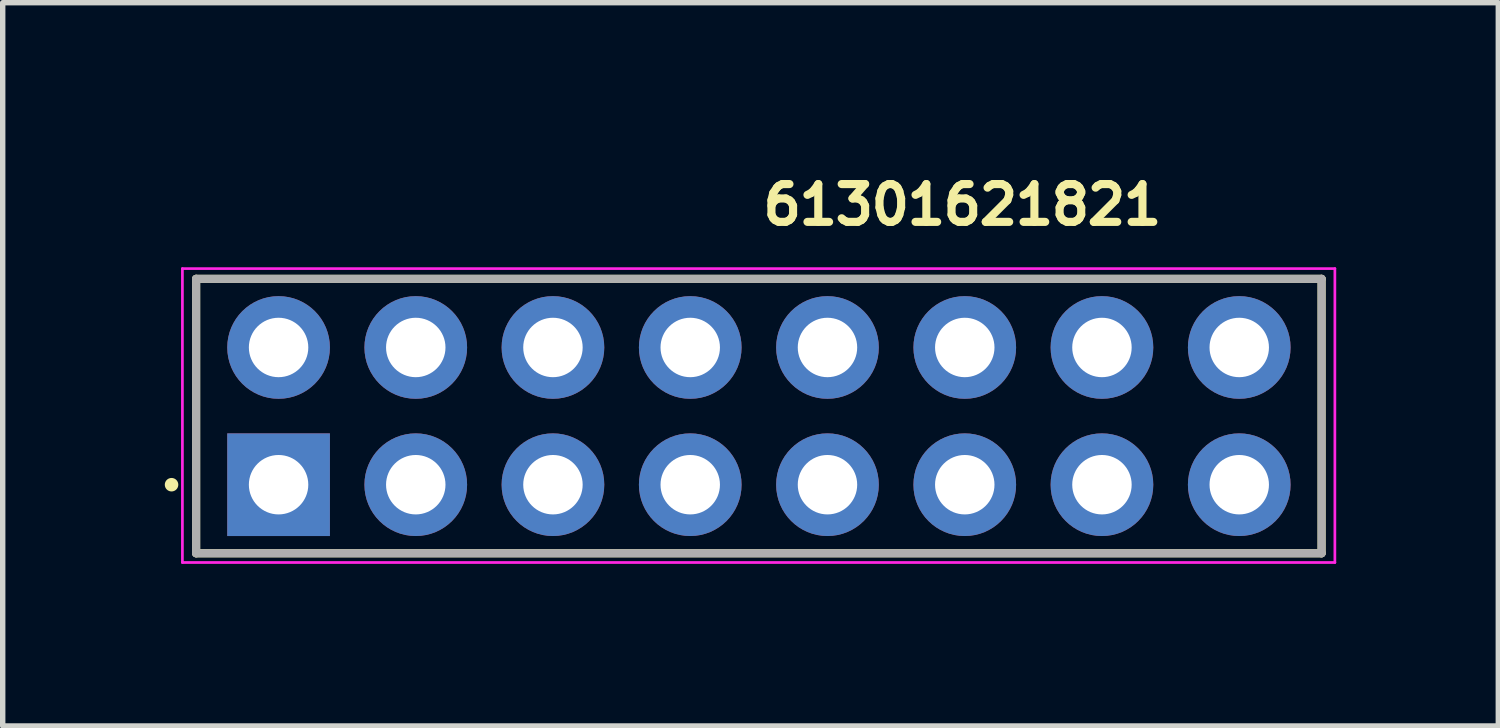
<source format=kicad_pcb>
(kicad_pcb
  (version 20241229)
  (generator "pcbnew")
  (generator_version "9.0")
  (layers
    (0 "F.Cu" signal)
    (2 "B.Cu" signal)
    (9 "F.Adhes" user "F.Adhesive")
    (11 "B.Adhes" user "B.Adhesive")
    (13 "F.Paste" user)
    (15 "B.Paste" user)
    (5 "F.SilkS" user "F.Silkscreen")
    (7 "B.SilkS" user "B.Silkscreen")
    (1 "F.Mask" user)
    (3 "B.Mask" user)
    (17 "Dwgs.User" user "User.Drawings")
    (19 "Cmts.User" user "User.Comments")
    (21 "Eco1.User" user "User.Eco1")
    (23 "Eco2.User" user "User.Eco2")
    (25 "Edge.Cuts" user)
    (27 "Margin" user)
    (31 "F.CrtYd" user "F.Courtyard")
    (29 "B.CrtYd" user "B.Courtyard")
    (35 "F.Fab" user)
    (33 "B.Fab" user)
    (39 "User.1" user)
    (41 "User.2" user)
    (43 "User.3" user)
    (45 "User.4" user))
  (footprint "61301621821"
    (layer "F.Cu")
    (at 2.106 5.921)
    (property "Reference" "61301621821" (at 8.89 -4.771 0) (layer "F.SilkS") (effects (font (size 0.7 0.7) (thickness 0.15)) (justify left bottom)))
    (attr through_hole)
    (fp_line (start -1.526 -3.81) (end -1.526 1.269) (stroke (width 0.15) (type solid)) (layer "F.SilkS"))
    (fp_line (start -1.526 1.269) (end 19.304 1.269) (stroke (width 0.15) (type solid)) (layer "F.SilkS"))
    (fp_line (start 19.304 -3.81) (end -1.526 -3.81) (stroke (width 0.15) (type solid)) (layer "F.SilkS"))
    (fp_line (start 19.304 1.269) (end 19.304 -3.81) (stroke (width 0.15) (type solid)) (layer "F.SilkS"))
    (fp_circle (center -1.981 0) (end -1.931 0) (stroke (width 0.15) (type solid)) (fill yes) (layer "F.SilkS"))
    (fp_line (start -1.78 -4) (end -1.78 1.44) (stroke (width 0.05) (type solid)) (layer "F.CrtYd"))
    (fp_line (start -1.78 1.44) (end 19.55 1.44) (stroke (width 0.05) (type solid)) (layer "F.CrtYd"))
    (fp_line (start 19.55 -4) (end -1.78 -4) (stroke (width 0.05) (type solid)) (layer "F.CrtYd"))
    (fp_line (start 19.55 1.44) (end 19.55 -4) (stroke (width 0.05) (type solid)) (layer "F.CrtYd"))
    (fp_line (start -1.526 -3.81) (end -1.526 1.269) (stroke (width 0.15) (type solid)) (layer "F.Fab"))
    (fp_line (start 19.304 -3.81) (end -1.526 -3.81) (stroke (width 0.15) (type solid)) (layer "F.Fab"))
    (fp_line (start 19.304 1.269) (end -1.526 1.269) (stroke (width 0.15) (type solid)) (layer "F.Fab"))
    (fp_line (start 19.304 1.269) (end 19.304 -3.81) (stroke (width 0.15) (type solid)) (layer "F.Fab"))
    (fp_rect (start -1.52 -3.81) (end 19.3 1.269) (stroke (width 0.1) (type solid)) (fill no) (layer "User.5"))
    (fp_line (start -1.52 -3.81) (end 19.3 -3.81) (stroke (width 0.02) (type solid)) (layer "User.9"))
    (fp_line (start -1.52 1.269) (end -1.52 -3.81) (stroke (width 0.02) (type solid)) (layer "User.9"))
    (fp_line (start -1.52 1.269) (end 19.3 1.269) (stroke (width 0.02) (type solid)) (layer "User.9"))
    (fp_line (start -0.551 -3.09) (end -0.351 -2.891) (stroke (width 0.02) (type solid)) (layer "User.9"))
    (fp_line (start -0.551 -3.09) (end 0.55 -3.09) (stroke (width 0.02) (type solid)) (layer "User.9"))
    (fp_line (start -0.551 -1.99) (end -0.551 -3.09) (stroke (width 0.02) (type solid)) (layer "User.9"))
    (fp_line (start -0.551 -1.99) (end -0.351 -2.19) (stroke (width 0.02) (type solid)) (layer "User.9"))
    (fp_line (start -0.551 -0.552) (end -0.351 -0.351) (stroke (width 0.02) (type solid)) (layer "User.9"))
    (fp_line (start -0.551 -0.552) (end 0.55 -0.552) (stroke (width 0.02) (type solid)) (layer "User.9"))
    (fp_line (start -0.551 0.55) (end -0.551 -0.552) (stroke (width 0.02) (type solid)) (layer "User.9"))
    (fp_line (start -0.551 0.55) (end -0.351 0.35) (stroke (width 0.02) (type solid)) (layer "User.9"))
    (fp_line (start -0.351 -2.891) (end -0.351 -2.19) (stroke (width 0.02) (type solid)) (layer "User.9"))
    (fp_line (start -0.351 -2.742) (end -0.184 -2.742) (stroke (width 0.02) (type solid)) (layer "User.9"))
    (fp_line (start -0.351 -2.34) (end -0.184 -2.34) (stroke (width 0.02) (type solid)) (layer "User.9"))
    (fp_line (start -0.351 -2.19) (end 0.35 -2.19) (stroke (width 0.02) (type solid)) (layer "User.9"))
    (fp_line (start -0.351 -0.351) (end -0.351 0.35) (stroke (width 0.02) (type solid)) (layer "User.9"))
    (fp_line (start -0.351 -0.201) (end -0.184 -0.201) (stroke (width 0.02) (type solid)) (layer "User.9"))
    (fp_line (start -0.351 0.199) (end -0.184 0.199) (stroke (width 0.02) (type solid)) (layer "User.9"))
    (fp_line (start -0.351 0.35) (end 0.35 0.35) (stroke (width 0.02) (type solid)) (layer "User.9"))
    (fp_line (start -0.182 -2.742) (end -0.182 -2.34) (stroke (width 0.02) (type solid)) (layer "User.9"))
    (fp_line (start -0.182 -2.742) (end 0 -2.742) (stroke (width 0.02) (type solid)) (layer "User.9"))
    (fp_line (start -0.182 -2.34) (end 0 -2.34) (stroke (width 0.02) (type solid)) (layer "User.9"))
    (fp_line (start -0.182 -0.201) (end -0.182 0.199) (stroke (width 0.02) (type solid)) (layer "User.9"))
    (fp_line (start -0.182 -0.201) (end 0 -0.201) (stroke (width 0.02) (type solid)) (layer "User.9"))
    (fp_line (start -0.182 0.199) (end 0 0.199) (stroke (width 0.02) (type solid)) (layer "User.9"))
    (fp_line (start 0 -2.742) (end 0 -2.34) (stroke (width 0.02) (type solid)) (layer "User.9"))
    (fp_line (start 0 -2.742) (end 0.18 -2.742) (stroke (width 0.02) (type solid)) (layer "User.9"))
    (fp_line (start 0 -2.34) (end 0.18 -2.34) (stroke (width 0.02) (type solid)) (layer "User.9"))
    (fp_line (start 0 -0.201) (end 0 0.199) (stroke (width 0.02) (type solid)) (layer "User.9"))
    (fp_line (start 0 -0.201) (end 0.18 -0.201) (stroke (width 0.02) (type solid)) (layer "User.9"))
    (fp_line (start 0 0.199) (end 0.18 0.199) (stroke (width 0.02) (type solid)) (layer "User.9"))
    (fp_line (start 0.18 -2.742) (end 0.18 -2.34) (stroke (width 0.02) (type solid)) (layer "User.9"))
    (fp_line (start 0.18 -0.201) (end 0.18 0.199) (stroke (width 0.02) (type solid)) (layer "User.9"))
    (fp_line (start 0.182 -2.742) (end 0.35 -2.742) (stroke (width 0.02) (type solid)) (layer "User.9"))
    (fp_line (start 0.182 -2.34) (end 0.35 -2.34) (stroke (width 0.02) (type solid)) (layer "User.9"))
    (fp_line (start 0.182 -0.201) (end 0.35 -0.201) (stroke (width 0.02) (type solid)) (layer "User.9"))
    (fp_line (start 0.182 0.199) (end 0.35 0.199) (stroke (width 0.02) (type solid)) (layer "User.9"))
    (fp_line (start 0.35 -2.891) (end -0.351 -2.891) (stroke (width 0.02) (type solid)) (layer "User.9"))
    (fp_line (start 0.35 -2.891) (end 0.55 -3.09) (stroke (width 0.02) (type solid)) (layer "User.9"))
    (fp_line (start 0.35 -2.19) (end 0.35 -2.891) (stroke (width 0.02) (type solid)) (layer "User.9"))
    (fp_line (start 0.35 -0.351) (end -0.351 -0.351) (stroke (width 0.02) (type solid)) (layer "User.9"))
    (fp_line (start 0.35 -0.351) (end 0.55 -0.552) (stroke (width 0.02) (type solid)) (layer "User.9"))
    (fp_line (start 0.35 0.35) (end 0.35 -0.351) (stroke (width 0.02) (type solid)) (layer "User.9"))
    (fp_line (start 0.55 -3.09) (end 0.55 -1.99) (stroke (width 0.02) (type solid)) (layer "User.9"))
    (fp_line (start 0.55 -1.99) (end -0.551 -1.99) (stroke (width 0.02) (type solid)) (layer "User.9"))
    (fp_line (start 0.55 -1.99) (end 0.35 -2.19) (stroke (width 0.02) (type solid)) (layer "User.9"))
    (fp_line (start 0.55 -0.552) (end 0.55 0.55) (stroke (width 0.02) (type solid)) (layer "User.9"))
    (fp_line (start 0.55 0.55) (end -0.551 0.55) (stroke (width 0.02) (type solid)) (layer "User.9"))
    (fp_line (start 0.55 0.55) (end 0.35 0.35) (stroke (width 0.02) (type solid)) (layer "User.9"))
    (fp_line (start 1.989 -3.09) (end 2.189 -2.891) (stroke (width 0.02) (type solid)) (layer "User.9"))
    (fp_line (start 1.989 -3.09) (end 3.089 -3.09) (stroke (width 0.02) (type solid)) (layer "User.9"))
    (fp_line (start 1.989 -1.99) (end 1.989 -3.09) (stroke (width 0.02) (type solid)) (layer "User.9"))
    (fp_line (start 1.989 -1.99) (end 2.189 -2.19) (stroke (width 0.02) (type solid)) (layer "User.9"))
    (fp_line (start 1.989 -0.552) (end 2.189 -0.351) (stroke (width 0.02) (type solid)) (layer "User.9"))
    (fp_line (start 1.989 -0.552) (end 3.089 -0.552) (stroke (width 0.02) (type solid)) (layer "User.9"))
    (fp_line (start 1.989 0.55) (end 1.989 -0.552) (stroke (width 0.02) (type solid)) (layer "User.9"))
    (fp_line (start 1.989 0.55) (end 2.189 0.35) (stroke (width 0.02) (type solid)) (layer "User.9"))
    (fp_line (start 2.189 -2.891) (end 2.189 -2.19) (stroke (width 0.02) (type solid)) (layer "User.9"))
    (fp_line (start 2.189 -2.742) (end 2.355 -2.742) (stroke (width 0.02) (type solid)) (layer "User.9"))
    (fp_line (start 2.189 -2.34) (end 2.355 -2.34) (stroke (width 0.02) (type solid)) (layer "User.9"))
    (fp_line (start 2.189 -2.19) (end 2.89 -2.19) (stroke (width 0.02) (type solid)) (layer "User.9"))
    (fp_line (start 2.189 -0.351) (end 2.189 0.35) (stroke (width 0.02) (type solid)) (layer "User.9"))
    (fp_line (start 2.189 -0.201) (end 2.355 -0.201) (stroke (width 0.02) (type solid)) (layer "User.9"))
    (fp_line (start 2.189 0.199) (end 2.355 0.199) (stroke (width 0.02) (type solid)) (layer "User.9"))
    (fp_line (start 2.189 0.35) (end 2.89 0.35) (stroke (width 0.02) (type solid)) (layer "User.9"))
    (fp_line (start 2.358 -2.742) (end 2.358 -2.34) (stroke (width 0.02) (type solid)) (layer "User.9"))
    (fp_line (start 2.358 -2.742) (end 2.539 -2.742) (stroke (width 0.02) (type solid)) (layer "User.9"))
    (fp_line (start 2.358 -2.34) (end 2.539 -2.34) (stroke (width 0.02) (type solid)) (layer "User.9"))
    (fp_line (start 2.358 -0.201) (end 2.358 0.199) (stroke (width 0.02) (type solid)) (layer "User.9"))
    (fp_line (start 2.358 -0.201) (end 2.539 -0.201) (stroke (width 0.02) (type solid)) (layer "User.9"))
    (fp_line (start 2.358 0.199) (end 2.539 0.199) (stroke (width 0.02) (type solid)) (layer "User.9"))
    (fp_line (start 2.539 -2.742) (end 2.539 -2.34) (stroke (width 0.02) (type solid)) (layer "User.9"))
    (fp_line (start 2.539 -2.742) (end 2.721 -2.742) (stroke (width 0.02) (type solid)) (layer "User.9"))
    (fp_line (start 2.539 -2.34) (end 2.721 -2.34) (stroke (width 0.02) (type solid)) (layer "User.9"))
    (fp_line (start 2.539 -0.201) (end 2.539 0.199) (stroke (width 0.02) (type solid)) (layer "User.9"))
    (fp_line (start 2.539 -0.201) (end 2.721 -0.201) (stroke (width 0.02) (type solid)) (layer "User.9"))
    (fp_line (start 2.539 0.199) (end 2.721 0.199) (stroke (width 0.02) (type solid)) (layer "User.9"))
    (fp_line (start 2.721 -2.742) (end 2.721 -2.34) (stroke (width 0.02) (type solid)) (layer "User.9"))
    (fp_line (start 2.721 -0.201) (end 2.721 0.199) (stroke (width 0.02) (type solid)) (layer "User.9"))
    (fp_line (start 2.722 -2.742) (end 2.89 -2.742) (stroke (width 0.02) (type solid)) (layer "User.9"))
    (fp_line (start 2.722 -2.34) (end 2.89 -2.34) (stroke (width 0.02) (type solid)) (layer "User.9"))
    (fp_line (start 2.722 -0.201) (end 2.89 -0.201) (stroke (width 0.02) (type solid)) (layer "User.9"))
    (fp_line (start 2.722 0.199) (end 2.89 0.199) (stroke (width 0.02) (type solid)) (layer "User.9"))
    (fp_line (start 2.89 -2.891) (end 2.189 -2.891) (stroke (width 0.02) (type solid)) (layer "User.9"))
    (fp_line (start 2.89 -2.891) (end 3.089 -3.09) (stroke (width 0.02) (type solid)) (layer "User.9"))
    (fp_line (start 2.89 -2.19) (end 2.89 -2.891) (stroke (width 0.02) (type solid)) (layer "User.9"))
    (fp_line (start 2.89 -0.351) (end 2.189 -0.351) (stroke (width 0.02) (type solid)) (layer "User.9"))
    (fp_line (start 2.89 -0.351) (end 3.089 -0.552) (stroke (width 0.02) (type solid)) (layer "User.9"))
    (fp_line (start 2.89 0.35) (end 2.89 -0.351) (stroke (width 0.02) (type solid)) (layer "User.9"))
    (fp_line (start 3.089 -3.09) (end 3.089 -1.99) (stroke (width 0.02) (type solid)) (layer "User.9"))
    (fp_line (start 3.089 -1.99) (end 1.989 -1.99) (stroke (width 0.02) (type solid)) (layer "User.9"))
    (fp_line (start 3.089 -1.99) (end 2.89 -2.19) (stroke (width 0.02) (type solid)) (layer "User.9"))
    (fp_line (start 3.089 -0.552) (end 3.089 0.55) (stroke (width 0.02) (type solid)) (layer "User.9"))
    (fp_line (start 3.089 0.55) (end 1.989 0.55) (stroke (width 0.02) (type solid)) (layer "User.9"))
    (fp_line (start 3.089 0.55) (end 2.89 0.35) (stroke (width 0.02) (type solid)) (layer "User.9"))
    (fp_line (start 4.53 -3.09) (end 4.73 -2.891) (stroke (width 0.02) (type solid)) (layer "User.9"))
    (fp_line (start 4.53 -3.09) (end 5.629 -3.09) (stroke (width 0.02) (type solid)) (layer "User.9"))
    (fp_line (start 4.53 -1.99) (end 4.53 -3.09) (stroke (width 0.02) (type solid)) (layer "User.9"))
    (fp_line (start 4.53 -1.99) (end 4.73 -2.19) (stroke (width 0.02) (type solid)) (layer "User.9"))
    (fp_line (start 4.53 -0.552) (end 4.73 -0.351) (stroke (width 0.02) (type solid)) (layer "User.9"))
    (fp_line (start 4.53 -0.552) (end 5.629 -0.552) (stroke (width 0.02) (type solid)) (layer "User.9"))
    (fp_line (start 4.53 0.55) (end 4.53 -0.552) (stroke (width 0.02) (type solid)) (layer "User.9"))
    (fp_line (start 4.53 0.55) (end 4.73 0.35) (stroke (width 0.02) (type solid)) (layer "User.9"))
    (fp_line (start 4.73 -2.891) (end 4.73 -2.19) (stroke (width 0.02) (type solid)) (layer "User.9"))
    (fp_line (start 4.73 -2.742) (end 4.895 -2.742) (stroke (width 0.02) (type solid)) (layer "User.9"))
    (fp_line (start 4.73 -2.34) (end 4.895 -2.34) (stroke (width 0.02) (type solid)) (layer "User.9"))
    (fp_line (start 4.73 -2.19) (end 5.429 -2.19) (stroke (width 0.02) (type solid)) (layer "User.9"))
    (fp_line (start 4.73 -0.351) (end 4.73 0.35) (stroke (width 0.02) (type solid)) (layer "User.9"))
    (fp_line (start 4.73 -0.201) (end 4.895 -0.201) (stroke (width 0.02) (type solid)) (layer "User.9"))
    (fp_line (start 4.73 0.199) (end 4.895 0.199) (stroke (width 0.02) (type solid)) (layer "User.9"))
    (fp_line (start 4.73 0.35) (end 5.429 0.35) (stroke (width 0.02) (type solid)) (layer "User.9"))
    (fp_line (start 4.897 -2.742) (end 4.897 -2.34) (stroke (width 0.02) (type solid)) (layer "User.9"))
    (fp_line (start 4.897 -2.742) (end 5.078 -2.742) (stroke (width 0.02) (type solid)) (layer "User.9"))
    (fp_line (start 4.897 -2.34) (end 5.078 -2.34) (stroke (width 0.02) (type solid)) (layer "User.9"))
    (fp_line (start 4.897 -0.201) (end 4.897 0.199) (stroke (width 0.02) (type solid)) (layer "User.9"))
    (fp_line (start 4.897 -0.201) (end 5.078 -0.201) (stroke (width 0.02) (type solid)) (layer "User.9"))
    (fp_line (start 4.897 0.199) (end 5.078 0.199) (stroke (width 0.02) (type solid)) (layer "User.9"))
    (fp_line (start 5.078 -2.742) (end 5.078 -2.34) (stroke (width 0.02) (type solid)) (layer "User.9"))
    (fp_line (start 5.078 -2.742) (end 5.261 -2.742) (stroke (width 0.02) (type solid)) (layer "User.9"))
    (fp_line (start 5.078 -2.34) (end 5.261 -2.34) (stroke (width 0.02) (type solid)) (layer "User.9"))
    (fp_line (start 5.078 -0.201) (end 5.078 0.199) (stroke (width 0.02) (type solid)) (layer "User.9"))
    (fp_line (start 5.078 -0.201) (end 5.261 -0.201) (stroke (width 0.02) (type solid)) (layer "User.9"))
    (fp_line (start 5.078 0.199) (end 5.261 0.199) (stroke (width 0.02) (type solid)) (layer "User.9"))
    (fp_line (start 5.261 -2.742) (end 5.261 -2.34) (stroke (width 0.02) (type solid)) (layer "User.9"))
    (fp_line (start 5.261 -0.201) (end 5.261 0.199) (stroke (width 0.02) (type solid)) (layer "User.9"))
    (fp_line (start 5.262 -2.742) (end 5.429 -2.742) (stroke (width 0.02) (type solid)) (layer "User.9"))
    (fp_line (start 5.262 -2.34) (end 5.429 -2.34) (stroke (width 0.02) (type solid)) (layer "User.9"))
    (fp_line (start 5.262 -0.201) (end 5.429 -0.201) (stroke (width 0.02) (type solid)) (layer "User.9"))
    (fp_line (start 5.262 0.199) (end 5.429 0.199) (stroke (width 0.02) (type solid)) (layer "User.9"))
    (fp_line (start 5.429 -2.891) (end 4.73 -2.891) (stroke (width 0.02) (type solid)) (layer "User.9"))
    (fp_line (start 5.429 -2.891) (end 5.629 -3.09) (stroke (width 0.02) (type solid)) (layer "User.9"))
    (fp_line (start 5.429 -2.19) (end 5.429 -2.891) (stroke (width 0.02) (type solid)) (layer "User.9"))
    (fp_line (start 5.429 -0.351) (end 4.73 -0.351) (stroke (width 0.02) (type solid)) (layer "User.9"))
    (fp_line (start 5.429 -0.351) (end 5.629 -0.552) (stroke (width 0.02) (type solid)) (layer "User.9"))
    (fp_line (start 5.429 0.35) (end 5.429 -0.351) (stroke (width 0.02) (type solid)) (layer "User.9"))
    (fp_line (start 5.629 -3.09) (end 5.629 -1.99) (stroke (width 0.02) (type solid)) (layer "User.9"))
    (fp_line (start 5.629 -1.99) (end 4.53 -1.99) (stroke (width 0.02) (type solid)) (layer "User.9"))
    (fp_line (start 5.629 -1.99) (end 5.429 -2.19) (stroke (width 0.02) (type solid)) (layer "User.9"))
    (fp_line (start 5.629 -0.552) (end 5.629 0.55) (stroke (width 0.02) (type solid)) (layer "User.9"))
    (fp_line (start 5.629 0.55) (end 4.53 0.55) (stroke (width 0.02) (type solid)) (layer "User.9"))
    (fp_line (start 5.629 0.55) (end 5.429 0.35) (stroke (width 0.02) (type solid)) (layer "User.9"))
    (fp_line (start 7.07 -3.09) (end 7.27 -2.891) (stroke (width 0.02) (type solid)) (layer "User.9"))
    (fp_line (start 7.07 -3.09) (end 8.169 -3.09) (stroke (width 0.02) (type solid)) (layer "User.9"))
    (fp_line (start 7.07 -1.99) (end 7.07 -3.09) (stroke (width 0.02) (type solid)) (layer "User.9"))
    (fp_line (start 7.07 -1.99) (end 7.27 -2.19) (stroke (width 0.02) (type solid)) (layer "User.9"))
    (fp_line (start 7.07 -0.552) (end 7.27 -0.351) (stroke (width 0.02) (type solid)) (layer "User.9"))
    (fp_line (start 7.07 -0.552) (end 8.169 -0.552) (stroke (width 0.02) (type solid)) (layer "User.9"))
    (fp_line (start 7.07 0.55) (end 7.07 -0.552) (stroke (width 0.02) (type solid)) (layer "User.9"))
    (fp_line (start 7.07 0.55) (end 7.27 0.35) (stroke (width 0.02) (type solid)) (layer "User.9"))
    (fp_line (start 7.27 -2.891) (end 7.27 -2.19) (stroke (width 0.02) (type solid)) (layer "User.9"))
    (fp_line (start 7.27 -2.742) (end 7.435 -2.742) (stroke (width 0.02) (type solid)) (layer "User.9"))
    (fp_line (start 7.27 -2.34) (end 7.435 -2.34) (stroke (width 0.02) (type solid)) (layer "User.9"))
    (fp_line (start 7.27 -2.19) (end 7.969 -2.19) (stroke (width 0.02) (type solid)) (layer "User.9"))
    (fp_line (start 7.27 -0.351) (end 7.27 0.35) (stroke (width 0.02) (type solid)) (layer "User.9"))
    (fp_line (start 7.27 -0.201) (end 7.435 -0.201) (stroke (width 0.02) (type solid)) (layer "User.9"))
    (fp_line (start 7.27 0.199) (end 7.435 0.199) (stroke (width 0.02) (type solid)) (layer "User.9"))
    (fp_line (start 7.27 0.35) (end 7.969 0.35) (stroke (width 0.02) (type solid)) (layer "User.9"))
    (fp_line (start 7.437 -2.742) (end 7.437 -2.34) (stroke (width 0.02) (type solid)) (layer "User.9"))
    (fp_line (start 7.437 -2.742) (end 7.619 -2.742) (stroke (width 0.02) (type solid)) (layer "User.9"))
    (fp_line (start 7.437 -2.34) (end 7.619 -2.34) (stroke (width 0.02) (type solid)) (layer "User.9"))
    (fp_line (start 7.437 -0.201) (end 7.437 0.199) (stroke (width 0.02) (type solid)) (layer "User.9"))
    (fp_line (start 7.437 -0.201) (end 7.619 -0.201) (stroke (width 0.02) (type solid)) (layer "User.9"))
    (fp_line (start 7.437 0.199) (end 7.619 0.199) (stroke (width 0.02) (type solid)) (layer "User.9"))
    (fp_line (start 7.619 -2.742) (end 7.619 -2.34) (stroke (width 0.02) (type solid)) (layer "User.9"))
    (fp_line (start 7.619 -2.742) (end 7.8 -2.742) (stroke (width 0.02) (type solid)) (layer "User.9"))
    (fp_line (start 7.619 -2.34) (end 7.8 -2.34) (stroke (width 0.02) (type solid)) (layer "User.9"))
    (fp_line (start 7.619 -0.201) (end 7.619 0.199) (stroke (width 0.02) (type solid)) (layer "User.9"))
    (fp_line (start 7.619 -0.201) (end 7.8 -0.201) (stroke (width 0.02) (type solid)) (layer "User.9"))
    (fp_line (start 7.619 0.199) (end 7.8 0.199) (stroke (width 0.02) (type solid)) (layer "User.9"))
    (fp_line (start 7.8 -2.742) (end 7.8 -2.34) (stroke (width 0.02) (type solid)) (layer "User.9"))
    (fp_line (start 7.8 -0.201) (end 7.8 0.199) (stroke (width 0.02) (type solid)) (layer "User.9"))
    (fp_line (start 7.802 -2.742) (end 7.969 -2.742) (stroke (width 0.02) (type solid)) (layer "User.9"))
    (fp_line (start 7.802 -2.34) (end 7.969 -2.34) (stroke (width 0.02) (type solid)) (layer "User.9"))
    (fp_line (start 7.802 -0.201) (end 7.969 -0.201) (stroke (width 0.02) (type solid)) (layer "User.9"))
    (fp_line (start 7.802 0.199) (end 7.969 0.199) (stroke (width 0.02) (type solid)) (layer "User.9"))
    (fp_line (start 7.969 -2.891) (end 7.27 -2.891) (stroke (width 0.02) (type solid)) (layer "User.9"))
    (fp_line (start 7.969 -2.891) (end 8.169 -3.09) (stroke (width 0.02) (type solid)) (layer "User.9"))
    (fp_line (start 7.969 -2.19) (end 7.969 -2.891) (stroke (width 0.02) (type solid)) (layer "User.9"))
    (fp_line (start 7.969 -0.351) (end 7.27 -0.351) (stroke (width 0.02) (type solid)) (layer "User.9"))
    (fp_line (start 7.969 -0.351) (end 8.169 -0.552) (stroke (width 0.02) (type solid)) (layer "User.9"))
    (fp_line (start 7.969 0.35) (end 7.969 -0.351) (stroke (width 0.02) (type solid)) (layer "User.9"))
    (fp_line (start 8.169 -3.09) (end 8.169 -1.99) (stroke (width 0.02) (type solid)) (layer "User.9"))
    (fp_line (start 8.169 -1.99) (end 7.07 -1.99) (stroke (width 0.02) (type solid)) (layer "User.9"))
    (fp_line (start 8.169 -1.99) (end 7.969 -2.19) (stroke (width 0.02) (type solid)) (layer "User.9"))
    (fp_line (start 8.169 -0.552) (end 8.169 0.55) (stroke (width 0.02) (type solid)) (layer "User.9"))
    (fp_line (start 8.169 0.55) (end 7.07 0.55) (stroke (width 0.02) (type solid)) (layer "User.9"))
    (fp_line (start 8.169 0.55) (end 7.969 0.35) (stroke (width 0.02) (type solid)) (layer "User.9"))
    (fp_line (start 9.609 -3.09) (end 9.81 -2.891) (stroke (width 0.02) (type solid)) (layer "User.9"))
    (fp_line (start 9.609 -3.09) (end 10.71 -3.09) (stroke (width 0.02) (type solid)) (layer "User.9"))
    (fp_line (start 9.609 -1.99) (end 9.609 -3.09) (stroke (width 0.02) (type solid)) (layer "User.9"))
    (fp_line (start 9.609 -1.99) (end 9.81 -2.19) (stroke (width 0.02) (type solid)) (layer "User.9"))
    (fp_line (start 9.609 -0.552) (end 9.81 -0.351) (stroke (width 0.02) (type solid)) (layer "User.9"))
    (fp_line (start 9.609 -0.552) (end 10.71 -0.552) (stroke (width 0.02) (type solid)) (layer "User.9"))
    (fp_line (start 9.609 0.55) (end 9.609 -0.552) (stroke (width 0.02) (type solid)) (layer "User.9"))
    (fp_line (start 9.609 0.55) (end 9.81 0.35) (stroke (width 0.02) (type solid)) (layer "User.9"))
    (fp_line (start 9.81 -2.891) (end 9.81 -2.19) (stroke (width 0.02) (type solid)) (layer "User.9"))
    (fp_line (start 9.81 -2.742) (end 9.976 -2.742) (stroke (width 0.02) (type solid)) (layer "User.9"))
    (fp_line (start 9.81 -2.34) (end 9.976 -2.34) (stroke (width 0.02) (type solid)) (layer "User.9"))
    (fp_line (start 9.81 -2.19) (end 10.509 -2.19) (stroke (width 0.02) (type solid)) (layer "User.9"))
    (fp_line (start 9.81 -0.351) (end 9.81 0.35) (stroke (width 0.02) (type solid)) (layer "User.9"))
    (fp_line (start 9.81 -0.201) (end 9.976 -0.201) (stroke (width 0.02) (type solid)) (layer "User.9"))
    (fp_line (start 9.81 0.199) (end 9.976 0.199) (stroke (width 0.02) (type solid)) (layer "User.9"))
    (fp_line (start 9.81 0.35) (end 10.509 0.35) (stroke (width 0.02) (type solid)) (layer "User.9"))
    (fp_line (start 9.977 -2.742) (end 9.977 -2.34) (stroke (width 0.02) (type solid)) (layer "User.9"))
    (fp_line (start 9.977 -2.742) (end 10.159 -2.742) (stroke (width 0.02) (type solid)) (layer "User.9"))
    (fp_line (start 9.977 -2.34) (end 10.159 -2.34) (stroke (width 0.02) (type solid)) (layer "User.9"))
    (fp_line (start 9.977 -0.201) (end 9.977 0.199) (stroke (width 0.02) (type solid)) (layer "User.9"))
    (fp_line (start 9.977 -0.201) (end 10.159 -0.201) (stroke (width 0.02) (type solid)) (layer "User.9"))
    (fp_line (start 9.977 0.199) (end 10.159 0.199) (stroke (width 0.02) (type solid)) (layer "User.9"))
    (fp_line (start 10.159 -2.742) (end 10.159 -2.34) (stroke (width 0.02) (type solid)) (layer "User.9"))
    (fp_line (start 10.159 -2.742) (end 10.341 -2.742) (stroke (width 0.02) (type solid)) (layer "User.9"))
    (fp_line (start 10.159 -2.34) (end 10.341 -2.34) (stroke (width 0.02) (type solid)) (layer "User.9"))
    (fp_line (start 10.159 -0.201) (end 10.159 0.199) (stroke (width 0.02) (type solid)) (layer "User.9"))
    (fp_line (start 10.159 -0.201) (end 10.341 -0.201) (stroke (width 0.02) (type solid)) (layer "User.9"))
    (fp_line (start 10.159 0.199) (end 10.341 0.199) (stroke (width 0.02) (type solid)) (layer "User.9"))
    (fp_line (start 10.341 -2.742) (end 10.341 -2.34) (stroke (width 0.02) (type solid)) (layer "User.9"))
    (fp_line (start 10.341 -0.201) (end 10.341 0.199) (stroke (width 0.02) (type solid)) (layer "User.9"))
    (fp_line (start 10.342 -2.742) (end 10.509 -2.742) (stroke (width 0.02) (type solid)) (layer "User.9"))
    (fp_line (start 10.342 -2.34) (end 10.509 -2.34) (stroke (width 0.02) (type solid)) (layer "User.9"))
    (fp_line (start 10.342 -0.201) (end 10.509 -0.201) (stroke (width 0.02) (type solid)) (layer "User.9"))
    (fp_line (start 10.342 0.199) (end 10.509 0.199) (stroke (width 0.02) (type solid)) (layer "User.9"))
    (fp_line (start 10.509 -2.891) (end 9.81 -2.891) (stroke (width 0.02) (type solid)) (layer "User.9"))
    (fp_line (start 10.509 -2.891) (end 10.71 -3.09) (stroke (width 0.02) (type solid)) (layer "User.9"))
    (fp_line (start 10.509 -2.19) (end 10.509 -2.891) (stroke (width 0.02) (type solid)) (layer "User.9"))
    (fp_line (start 10.509 -0.351) (end 9.81 -0.351) (stroke (width 0.02) (type solid)) (layer "User.9"))
    (fp_line (start 10.509 -0.351) (end 10.71 -0.552) (stroke (width 0.02) (type solid)) (layer "User.9"))
    (fp_line (start 10.509 0.35) (end 10.509 -0.351) (stroke (width 0.02) (type solid)) (layer "User.9"))
    (fp_line (start 10.71 -3.09) (end 10.71 -1.99) (stroke (width 0.02) (type solid)) (layer "User.9"))
    (fp_line (start 10.71 -1.99) (end 9.609 -1.99) (stroke (width 0.02) (type solid)) (layer "User.9"))
    (fp_line (start 10.71 -1.99) (end 10.509 -2.19) (stroke (width 0.02) (type solid)) (layer "User.9"))
    (fp_line (start 10.71 -0.552) (end 10.71 0.55) (stroke (width 0.02) (type solid)) (layer "User.9"))
    (fp_line (start 10.71 0.55) (end 9.609 0.55) (stroke (width 0.02) (type solid)) (layer "User.9"))
    (fp_line (start 10.71 0.55) (end 10.509 0.35) (stroke (width 0.02) (type solid)) (layer "User.9"))
    (fp_line (start 12.15 -3.09) (end 12.349 -2.891) (stroke (width 0.02) (type solid)) (layer "User.9"))
    (fp_line (start 12.15 -3.09) (end 13.249 -3.09) (stroke (width 0.02) (type solid)) (layer "User.9"))
    (fp_line (start 12.15 -1.99) (end 12.15 -3.09) (stroke (width 0.02) (type solid)) (layer "User.9"))
    (fp_line (start 12.15 -1.99) (end 12.349 -2.19) (stroke (width 0.02) (type solid)) (layer "User.9"))
    (fp_line (start 12.15 -0.552) (end 12.349 -0.351) (stroke (width 0.02) (type solid)) (layer "User.9"))
    (fp_line (start 12.15 -0.552) (end 13.249 -0.552) (stroke (width 0.02) (type solid)) (layer "User.9"))
    (fp_line (start 12.15 0.55) (end 12.15 -0.552) (stroke (width 0.02) (type solid)) (layer "User.9"))
    (fp_line (start 12.15 0.55) (end 12.349 0.35) (stroke (width 0.02) (type solid)) (layer "User.9"))
    (fp_line (start 12.349 -2.891) (end 12.349 -2.19) (stroke (width 0.02) (type solid)) (layer "User.9"))
    (fp_line (start 12.349 -2.742) (end 12.515 -2.742) (stroke (width 0.02) (type solid)) (layer "User.9"))
    (fp_line (start 12.349 -2.34) (end 12.515 -2.34) (stroke (width 0.02) (type solid)) (layer "User.9"))
    (fp_line (start 12.349 -2.19) (end 13.05 -2.19) (stroke (width 0.02) (type solid)) (layer "User.9"))
    (fp_line (start 12.349 -0.351) (end 12.349 0.35) (stroke (width 0.02) (type solid)) (layer "User.9"))
    (fp_line (start 12.349 -0.201) (end 12.515 -0.201) (stroke (width 0.02) (type solid)) (layer "User.9"))
    (fp_line (start 12.349 0.199) (end 12.515 0.199) (stroke (width 0.02) (type solid)) (layer "User.9"))
    (fp_line (start 12.349 0.35) (end 13.05 0.35) (stroke (width 0.02) (type solid)) (layer "User.9"))
    (fp_line (start 12.518 -2.742) (end 12.518 -2.34) (stroke (width 0.02) (type solid)) (layer "User.9"))
    (fp_line (start 12.518 -2.742) (end 12.7 -2.742) (stroke (width 0.02) (type solid)) (layer "User.9"))
    (fp_line (start 12.518 -2.34) (end 12.7 -2.34) (stroke (width 0.02) (type solid)) (layer "User.9"))
    (fp_line (start 12.518 -0.201) (end 12.518 0.199) (stroke (width 0.02) (type solid)) (layer "User.9"))
    (fp_line (start 12.518 -0.201) (end 12.7 -0.201) (stroke (width 0.02) (type solid)) (layer "User.9"))
    (fp_line (start 12.518 0.199) (end 12.7 0.199) (stroke (width 0.02) (type solid)) (layer "User.9"))
    (fp_line (start 12.7 -2.742) (end 12.7 -2.34) (stroke (width 0.02) (type solid)) (layer "User.9"))
    (fp_line (start 12.7 -2.742) (end 12.88 -2.742) (stroke (width 0.02) (type solid)) (layer "User.9"))
    (fp_line (start 12.7 -2.34) (end 12.88 -2.34) (stroke (width 0.02) (type solid)) (layer "User.9"))
    (fp_line (start 12.7 -0.201) (end 12.7 0.199) (stroke (width 0.02) (type solid)) (layer "User.9"))
    (fp_line (start 12.7 -0.201) (end 12.88 -0.201) (stroke (width 0.02) (type solid)) (layer "User.9"))
    (fp_line (start 12.7 0.199) (end 12.88 0.199) (stroke (width 0.02) (type solid)) (layer "User.9"))
    (fp_line (start 12.88 -2.742) (end 12.88 -2.34) (stroke (width 0.02) (type solid)) (layer "User.9"))
    (fp_line (start 12.88 -0.201) (end 12.88 0.199) (stroke (width 0.02) (type solid)) (layer "User.9"))
    (fp_line (start 12.883 -2.742) (end 13.05 -2.742) (stroke (width 0.02) (type solid)) (layer "User.9"))
    (fp_line (start 12.883 -2.34) (end 13.05 -2.34) (stroke (width 0.02) (type solid)) (layer "User.9"))
    (fp_line (start 12.883 -0.201) (end 13.05 -0.201) (stroke (width 0.02) (type solid)) (layer "User.9"))
    (fp_line (start 12.883 0.199) (end 13.05 0.199) (stroke (width 0.02) (type solid)) (layer "User.9"))
    (fp_line (start 13.05 -2.891) (end 12.349 -2.891) (stroke (width 0.02) (type solid)) (layer "User.9"))
    (fp_line (start 13.05 -2.891) (end 13.249 -3.09) (stroke (width 0.02) (type solid)) (layer "User.9"))
    (fp_line (start 13.05 -2.19) (end 13.05 -2.891) (stroke (width 0.02) (type solid)) (layer "User.9"))
    (fp_line (start 13.05 -0.351) (end 12.349 -0.351) (stroke (width 0.02) (type solid)) (layer "User.9"))
    (fp_line (start 13.05 -0.351) (end 13.249 -0.552) (stroke (width 0.02) (type solid)) (layer "User.9"))
    (fp_line (start 13.05 0.35) (end 13.05 -0.351) (stroke (width 0.02) (type solid)) (layer "User.9"))
    (fp_line (start 13.249 -3.09) (end 13.249 -1.99) (stroke (width 0.02) (type solid)) (layer "User.9"))
    (fp_line (start 13.249 -1.99) (end 12.15 -1.99) (stroke (width 0.02) (type solid)) (layer "User.9"))
    (fp_line (start 13.249 -1.99) (end 13.05 -2.19) (stroke (width 0.02) (type solid)) (layer "User.9"))
    (fp_line (start 13.249 -0.552) (end 13.249 0.55) (stroke (width 0.02) (type solid)) (layer "User.9"))
    (fp_line (start 13.249 0.55) (end 12.15 0.55) (stroke (width 0.02) (type solid)) (layer "User.9"))
    (fp_line (start 13.249 0.55) (end 13.05 0.35) (stroke (width 0.02) (type solid)) (layer "User.9"))
    (fp_line (start 14.689 -3.09) (end 14.89 -2.891) (stroke (width 0.02) (type solid)) (layer "User.9"))
    (fp_line (start 14.689 -3.09) (end 15.79 -3.09) (stroke (width 0.02) (type solid)) (layer "User.9"))
    (fp_line (start 14.689 -1.99) (end 14.689 -3.09) (stroke (width 0.02) (type solid)) (layer "User.9"))
    (fp_line (start 14.689 -1.99) (end 14.89 -2.19) (stroke (width 0.02) (type solid)) (layer "User.9"))
    (fp_line (start 14.689 -0.552) (end 14.89 -0.351) (stroke (width 0.02) (type solid)) (layer "User.9"))
    (fp_line (start 14.689 -0.552) (end 15.79 -0.552) (stroke (width 0.02) (type solid)) (layer "User.9"))
    (fp_line (start 14.689 0.55) (end 14.689 -0.552) (stroke (width 0.02) (type solid)) (layer "User.9"))
    (fp_line (start 14.689 0.55) (end 14.89 0.35) (stroke (width 0.02) (type solid)) (layer "User.9"))
    (fp_line (start 14.89 -2.891) (end 14.89 -2.19) (stroke (width 0.02) (type solid)) (layer "User.9"))
    (fp_line (start 14.89 -2.742) (end 15.056 -2.742) (stroke (width 0.02) (type solid)) (layer "User.9"))
    (fp_line (start 14.89 -2.34) (end 15.056 -2.34) (stroke (width 0.02) (type solid)) (layer "User.9"))
    (fp_line (start 14.89 -2.19) (end 15.589 -2.19) (stroke (width 0.02) (type solid)) (layer "User.9"))
    (fp_line (start 14.89 -0.351) (end 14.89 0.35) (stroke (width 0.02) (type solid)) (layer "User.9"))
    (fp_line (start 14.89 -0.201) (end 15.056 -0.201) (stroke (width 0.02) (type solid)) (layer "User.9"))
    (fp_line (start 14.89 0.199) (end 15.056 0.199) (stroke (width 0.02) (type solid)) (layer "User.9"))
    (fp_line (start 14.89 0.35) (end 15.589 0.35) (stroke (width 0.02) (type solid)) (layer "User.9"))
    (fp_line (start 15.057 -2.742) (end 15.057 -2.34) (stroke (width 0.02) (type solid)) (layer "User.9"))
    (fp_line (start 15.057 -2.742) (end 15.239 -2.742) (stroke (width 0.02) (type solid)) (layer "User.9"))
    (fp_line (start 15.057 -2.34) (end 15.239 -2.34) (stroke (width 0.02) (type solid)) (layer "User.9"))
    (fp_line (start 15.057 -0.201) (end 15.057 0.199) (stroke (width 0.02) (type solid)) (layer "User.9"))
    (fp_line (start 15.057 -0.201) (end 15.239 -0.201) (stroke (width 0.02) (type solid)) (layer "User.9"))
    (fp_line (start 15.057 0.199) (end 15.239 0.199) (stroke (width 0.02) (type solid)) (layer "User.9"))
    (fp_line (start 15.239 -2.742) (end 15.239 -2.34) (stroke (width 0.02) (type solid)) (layer "User.9"))
    (fp_line (start 15.239 -2.742) (end 15.421 -2.742) (stroke (width 0.02) (type solid)) (layer "User.9"))
    (fp_line (start 15.239 -2.34) (end 15.421 -2.34) (stroke (width 0.02) (type solid)) (layer "User.9"))
    (fp_line (start 15.239 -0.201) (end 15.239 0.199) (stroke (width 0.02) (type solid)) (layer "User.9"))
    (fp_line (start 15.239 -0.201) (end 15.421 -0.201) (stroke (width 0.02) (type solid)) (layer "User.9"))
    (fp_line (start 15.239 0.199) (end 15.421 0.199) (stroke (width 0.02) (type solid)) (layer "User.9"))
    (fp_line (start 15.421 -2.742) (end 15.421 -2.34) (stroke (width 0.02) (type solid)) (layer "User.9"))
    (fp_line (start 15.421 -0.201) (end 15.421 0.199) (stroke (width 0.02) (type solid)) (layer "User.9"))
    (fp_line (start 15.422 -2.742) (end 15.589 -2.742) (stroke (width 0.02) (type solid)) (layer "User.9"))
    (fp_line (start 15.422 -2.34) (end 15.589 -2.34) (stroke (width 0.02) (type solid)) (layer "User.9"))
    (fp_line (start 15.422 -0.201) (end 15.589 -0.201) (stroke (width 0.02) (type solid)) (layer "User.9"))
    (fp_line (start 15.422 0.199) (end 15.589 0.199) (stroke (width 0.02) (type solid)) (layer "User.9"))
    (fp_line (start 15.589 -2.891) (end 14.89 -2.891) (stroke (width 0.02) (type solid)) (layer "User.9"))
    (fp_line (start 15.589 -2.891) (end 15.79 -3.09) (stroke (width 0.02) (type solid)) (layer "User.9"))
    (fp_line (start 15.589 -2.19) (end 15.589 -2.891) (stroke (width 0.02) (type solid)) (layer "User.9"))
    (fp_line (start 15.589 -0.351) (end 14.89 -0.351) (stroke (width 0.02) (type solid)) (layer "User.9"))
    (fp_line (start 15.589 -0.351) (end 15.79 -0.552) (stroke (width 0.02) (type solid)) (layer "User.9"))
    (fp_line (start 15.589 0.35) (end 15.589 -0.351) (stroke (width 0.02) (type solid)) (layer "User.9"))
    (fp_line (start 15.79 -3.09) (end 15.79 -1.99) (stroke (width 0.02) (type solid)) (layer "User.9"))
    (fp_line (start 15.79 -1.99) (end 14.689 -1.99) (stroke (width 0.02) (type solid)) (layer "User.9"))
    (fp_line (start 15.79 -1.99) (end 15.589 -2.19) (stroke (width 0.02) (type solid)) (layer "User.9"))
    (fp_line (start 15.79 -0.552) (end 15.79 0.55) (stroke (width 0.02) (type solid)) (layer "User.9"))
    (fp_line (start 15.79 0.55) (end 14.689 0.55) (stroke (width 0.02) (type solid)) (layer "User.9"))
    (fp_line (start 15.79 0.55) (end 15.589 0.35) (stroke (width 0.02) (type solid)) (layer "User.9"))
    (fp_line (start 17.23 -3.09) (end 17.429 -2.891) (stroke (width 0.02) (type solid)) (layer "User.9"))
    (fp_line (start 17.23 -3.09) (end 18.329 -3.09) (stroke (width 0.02) (type solid)) (layer "User.9"))
    (fp_line (start 17.23 -1.99) (end 17.23 -3.09) (stroke (width 0.02) (type solid)) (layer "User.9"))
    (fp_line (start 17.23 -1.99) (end 17.429 -2.19) (stroke (width 0.02) (type solid)) (layer "User.9"))
    (fp_line (start 17.23 -0.552) (end 17.429 -0.351) (stroke (width 0.02) (type solid)) (layer "User.9"))
    (fp_line (start 17.23 -0.552) (end 18.329 -0.552) (stroke (width 0.02) (type solid)) (layer "User.9"))
    (fp_line (start 17.23 0.55) (end 17.23 -0.552) (stroke (width 0.02) (type solid)) (layer "User.9"))
    (fp_line (start 17.23 0.55) (end 17.429 0.35) (stroke (width 0.02) (type solid)) (layer "User.9"))
    (fp_line (start 17.429 -2.891) (end 17.429 -2.19) (stroke (width 0.02) (type solid)) (layer "User.9"))
    (fp_line (start 17.429 -2.742) (end 17.595 -2.742) (stroke (width 0.02) (type solid)) (layer "User.9"))
    (fp_line (start 17.429 -2.34) (end 17.595 -2.34) (stroke (width 0.02) (type solid)) (layer "User.9"))
    (fp_line (start 17.429 -2.19) (end 18.129 -2.19) (stroke (width 0.02) (type solid)) (layer "User.9"))
    (fp_line (start 17.429 -0.351) (end 17.429 0.35) (stroke (width 0.02) (type solid)) (layer "User.9"))
    (fp_line (start 17.429 -0.201) (end 17.595 -0.201) (stroke (width 0.02) (type solid)) (layer "User.9"))
    (fp_line (start 17.429 0.199) (end 17.595 0.199) (stroke (width 0.02) (type solid)) (layer "User.9"))
    (fp_line (start 17.429 0.35) (end 18.129 0.35) (stroke (width 0.02) (type solid)) (layer "User.9"))
    (fp_line (start 17.597 -2.742) (end 17.597 -2.34) (stroke (width 0.02) (type solid)) (layer "User.9"))
    (fp_line (start 17.597 -2.742) (end 17.78 -2.742) (stroke (width 0.02) (type solid)) (layer "User.9"))
    (fp_line (start 17.597 -2.34) (end 17.78 -2.34) (stroke (width 0.02) (type solid)) (layer "User.9"))
    (fp_line (start 17.597 -0.201) (end 17.597 0.199) (stroke (width 0.02) (type solid)) (layer "User.9"))
    (fp_line (start 17.597 -0.201) (end 17.78 -0.201) (stroke (width 0.02) (type solid)) (layer "User.9"))
    (fp_line (start 17.597 0.199) (end 17.78 0.199) (stroke (width 0.02) (type solid)) (layer "User.9"))
    (fp_line (start 17.78 -2.742) (end 17.78 -2.34) (stroke (width 0.02) (type solid)) (layer "User.9"))
    (fp_line (start 17.78 -2.742) (end 17.961 -2.742) (stroke (width 0.02) (type solid)) (layer "User.9"))
    (fp_line (start 17.78 -2.34) (end 17.961 -2.34) (stroke (width 0.02) (type solid)) (layer "User.9"))
    (fp_line (start 17.78 -0.201) (end 17.78 0.199) (stroke (width 0.02) (type solid)) (layer "User.9"))
    (fp_line (start 17.78 -0.201) (end 17.961 -0.201) (stroke (width 0.02) (type solid)) (layer "User.9"))
    (fp_line (start 17.78 0.199) (end 17.961 0.199) (stroke (width 0.02) (type solid)) (layer "User.9"))
    (fp_line (start 17.961 -2.742) (end 17.961 -2.34) (stroke (width 0.02) (type solid)) (layer "User.9"))
    (fp_line (start 17.961 -0.201) (end 17.961 0.199) (stroke (width 0.02) (type solid)) (layer "User.9"))
    (fp_line (start 17.963 -2.742) (end 18.129 -2.742) (stroke (width 0.02) (type solid)) (layer "User.9"))
    (fp_line (start 17.963 -2.34) (end 18.129 -2.34) (stroke (width 0.02) (type solid)) (layer "User.9"))
    (fp_line (start 17.963 -0.201) (end 18.129 -0.201) (stroke (width 0.02) (type solid)) (layer "User.9"))
    (fp_line (start 17.963 0.199) (end 18.129 0.199) (stroke (width 0.02) (type solid)) (layer "User.9"))
    (fp_line (start 18.129 -2.891) (end 17.429 -2.891) (stroke (width 0.02) (type solid)) (layer "User.9"))
    (fp_line (start 18.129 -2.891) (end 18.329 -3.09) (stroke (width 0.02) (type solid)) (layer "User.9"))
    (fp_line (start 18.129 -2.19) (end 18.129 -2.891) (stroke (width 0.02) (type solid)) (layer "User.9"))
    (fp_line (start 18.129 -0.351) (end 17.429 -0.351) (stroke (width 0.02) (type solid)) (layer "User.9"))
    (fp_line (start 18.129 -0.351) (end 18.329 -0.552) (stroke (width 0.02) (type solid)) (layer "User.9"))
    (fp_line (start 18.129 0.35) (end 18.129 -0.351) (stroke (width 0.02) (type solid)) (layer "User.9"))
    (fp_line (start 18.329 -3.09) (end 18.329 -1.99) (stroke (width 0.02) (type solid)) (layer "User.9"))
    (fp_line (start 18.329 -1.99) (end 17.23 -1.99) (stroke (width 0.02) (type solid)) (layer "User.9"))
    (fp_line (start 18.329 -1.99) (end 18.129 -2.19) (stroke (width 0.02) (type solid)) (layer "User.9"))
    (fp_line (start 18.329 -0.552) (end 18.329 0.55) (stroke (width 0.02) (type solid)) (layer "User.9"))
    (fp_line (start 18.329 0.55) (end 17.23 0.55) (stroke (width 0.02) (type solid)) (layer "User.9"))
    (fp_line (start 18.329 0.55) (end 18.129 0.35) (stroke (width 0.02) (type solid)) (layer "User.9"))
    (fp_line (start 19.3 1.269) (end 19.3 -3.81) (stroke (width 0.02) (type solid)) (layer "User.9"))
    (pad "1" thru_hole rect (at 0 0 180) (size 1.9 1.9) (drill 1.1) (layers "*.Cu" "*.Mask"))
    (pad "2" thru_hole circle (at 0 -2.54 180) (size 1.9 1.9) (drill 1.1) (layers "*.Cu" "*.Mask"))
    (pad "3" thru_hole circle (at 2.539 0 180) (size 1.9 1.9) (drill 1.1) (layers "*.Cu" "*.Mask"))
    (pad "4" thru_hole circle (at 2.539 -2.54 180) (size 1.9 1.9) (drill 1.1) (layers "*.Cu" "*.Mask"))
    (pad "5" thru_hole circle (at 5.078 0 180) (size 1.9 1.9) (drill 1.1) (layers "*.Cu" "*.Mask"))
    (pad "6" thru_hole circle (at 5.078 -2.54 180) (size 1.9 1.9) (drill 1.1) (layers "*.Cu" "*.Mask"))
    (pad "7" thru_hole circle (at 7.619 0 180) (size 1.9 1.9) (drill 1.1) (layers "*.Cu" "*.Mask"))
    (pad "8" thru_hole circle (at 7.619 -2.54 180) (size 1.9 1.9) (drill 1.1) (layers "*.Cu" "*.Mask"))
    (pad "9" thru_hole circle (at 10.159 0 180) (size 1.9 1.9) (drill 1.1) (layers "*.Cu" "*.Mask"))
    (pad "10" thru_hole circle (at 10.159 -2.54 180) (size 1.9 1.9) (drill 1.1) (layers "*.Cu" "*.Mask"))
    (pad "11" thru_hole circle (at 12.7 0 180) (size 1.9 1.9) (drill 1.1) (layers "*.Cu" "*.Mask"))
    (pad "12" thru_hole circle (at 12.7 -2.54 180) (size 1.9 1.9) (drill 1.1) (layers "*.Cu" "*.Mask"))
    (pad "13" thru_hole circle (at 15.239 0 180) (size 1.9 1.9) (drill 1.1) (layers "*.Cu" "*.Mask"))
    (pad "14" thru_hole circle (at 15.239 -2.54 180) (size 1.9 1.9) (drill 1.1) (layers "*.Cu" "*.Mask"))
    (pad "15" thru_hole circle (at 17.78 0 180) (size 1.9 1.9) (drill 1.1) (layers "*.Cu" "*.Mask"))
    (pad "16" thru_hole circle (at 17.78 -2.54 180) (size 1.9 1.9) (drill 1.1) (layers "*.Cu" "*.Mask")))
  (gr_rect
    (start -3 -3)
    (end 24.681 10.386)
    (stroke (width 0.1) (type default))
    (fill no)
    (layer "Edge.Cuts")))
</source>
